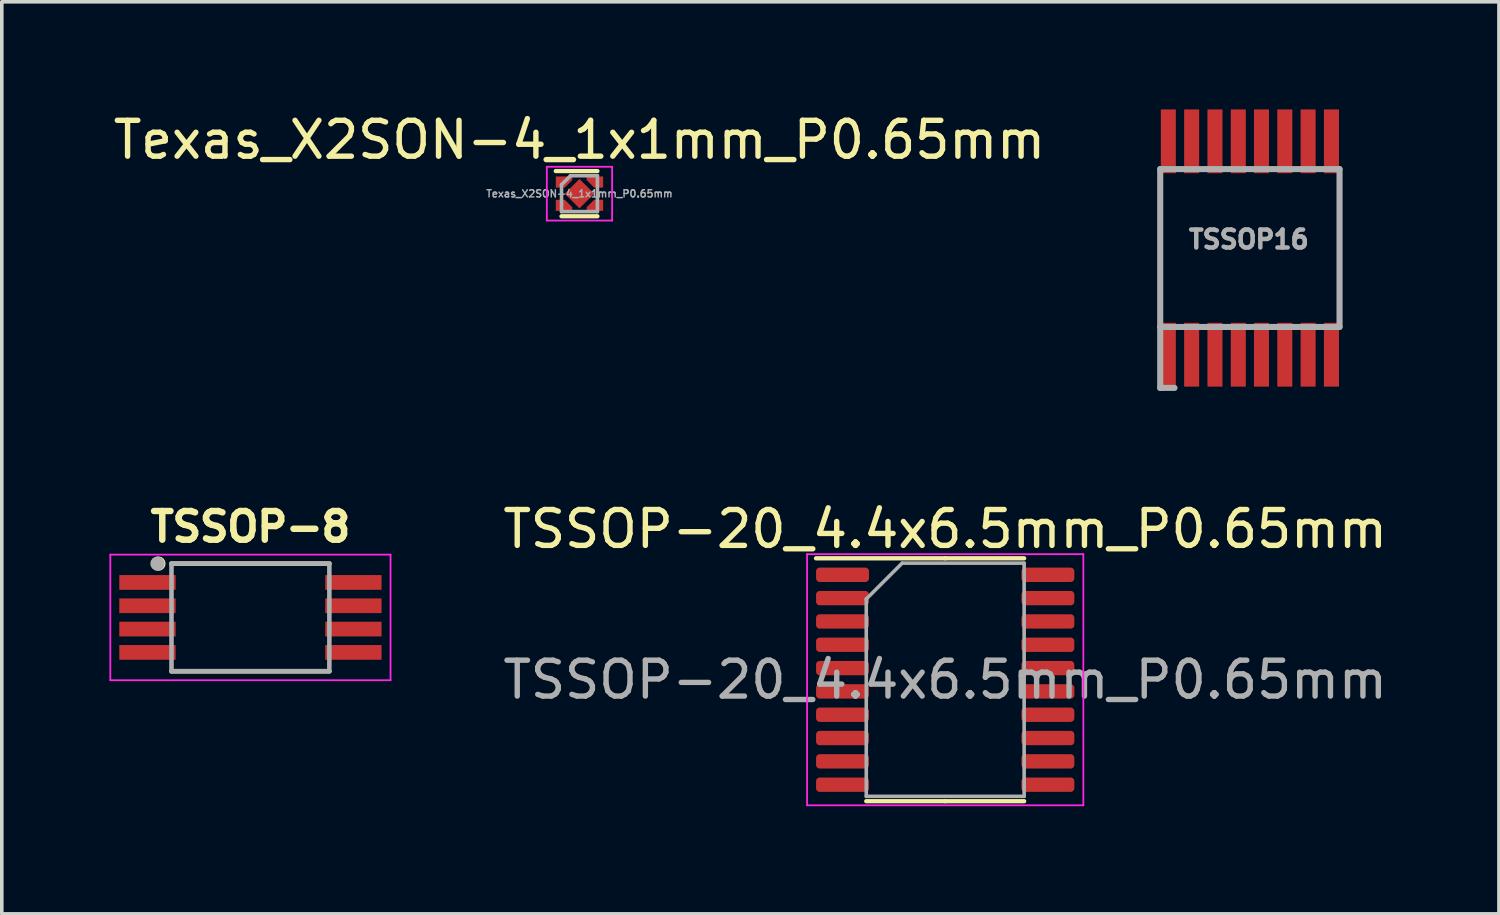
<source format=kicad_pcb>
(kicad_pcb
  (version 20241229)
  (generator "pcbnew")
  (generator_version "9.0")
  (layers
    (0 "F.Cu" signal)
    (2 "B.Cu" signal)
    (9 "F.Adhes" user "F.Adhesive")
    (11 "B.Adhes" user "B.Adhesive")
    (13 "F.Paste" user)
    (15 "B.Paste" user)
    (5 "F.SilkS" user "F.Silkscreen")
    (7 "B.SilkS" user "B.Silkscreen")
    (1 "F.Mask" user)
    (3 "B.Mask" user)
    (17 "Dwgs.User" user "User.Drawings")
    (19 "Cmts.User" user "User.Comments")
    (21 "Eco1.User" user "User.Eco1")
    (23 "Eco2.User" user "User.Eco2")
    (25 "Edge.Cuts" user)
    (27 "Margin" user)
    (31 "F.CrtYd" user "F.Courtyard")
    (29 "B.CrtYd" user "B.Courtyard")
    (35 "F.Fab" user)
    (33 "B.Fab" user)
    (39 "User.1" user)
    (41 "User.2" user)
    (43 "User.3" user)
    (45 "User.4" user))
  (footprint "Texas_X2SON-4_1x1mm_P0.65mm"
    (layer "F.Cu")
    (at 13.101 2.348)
    (property "Reference" "Texas_X2SON-4_1x1mm_P0.65mm" (at 0 -1.5 0) (layer "F.SilkS") (effects (font (size 1 1) (thickness 0.15))))
    (attr smd)
    (fp_line (start -0.66 -0.63) (end 0.5 -0.63) (stroke (width 0.12) (type solid)) (layer "F.SilkS"))
    (fp_line (start -0.5 0.63) (end 0.5 0.63) (stroke (width 0.12) (type solid)) (layer "F.SilkS"))
    (fp_line (start -0.91 -0.75) (end 0.91 -0.75) (stroke (width 0.05) (type solid)) (layer "F.CrtYd"))
    (fp_line (start -0.91 0.75) (end -0.91 -0.75) (stroke (width 0.05) (type solid)) (layer "F.CrtYd"))
    (fp_line (start 0.91 -0.75) (end 0.91 0.75) (stroke (width 0.05) (type solid)) (layer "F.CrtYd"))
    (fp_line (start 0.91 0.75) (end -0.91 0.75) (stroke (width 0.05) (type solid)) (layer "F.CrtYd"))
    (fp_line (start -0.5 -0.25) (end -0.25 -0.5) (stroke (width 0.1) (type solid)) (layer "F.Fab"))
    (fp_line (start -0.5 0.5) (end -0.5 -0.25) (stroke (width 0.1) (type solid)) (layer "F.Fab"))
    (fp_line (start -0.25 -0.5) (end 0.5 -0.5) (stroke (width 0.1) (type solid)) (layer "F.Fab"))
    (fp_line (start 0.5 -0.5) (end 0.5 0.5) (stroke (width 0.1) (type solid)) (layer "F.Fab"))
    (fp_line (start 0.5 0.5) (end -0.5 0.5) (stroke (width 0.1) (type solid)) (layer "F.Fab"))
    (fp_text user "${REFERENCE}" (at 0 0 0) (layer "F.Fab") (effects (font (size 0.2 0.2) (thickness 0.04))))
    (pad "" smd custom (at -0.43 -0.325) (size 0.148 0.148) (layers "F.Mask") (options (anchor circle)) (primitives (gr_poly (pts (xy 0.18 -0.075) (xy 0 0.105) (xy -0.18 0.105) (xy -0.18 -0.105) (xy 0.18 -0.105)) (width 0) (fill yes))))
    (pad "" smd custom (at -0.43 -0.325) (size 0.148 0.148) (layers "F.Paste") (options (anchor circle)) (primitives (gr_poly (pts (xy 0.18 -0.075) (xy 0 0.105) (xy -0.22 0.105) (xy -0.22 -0.105) (xy 0.18 -0.105)) (width 0) (fill yes))))
    (pad "" smd custom (at -0.43 0.325) (size 0.148 0.148) (layers "F.Mask") (options (anchor circle)) (primitives (gr_poly (pts (xy 0.18 0.075) (xy 0.18 0.105) (xy -0.18 0.105) (xy -0.18 -0.105) (xy 0 -0.105)) (width 0) (fill yes))))
    (pad "" smd custom (at -0.43 0.325) (size 0.148 0.148) (layers "F.Paste") (options (anchor circle)) (primitives (gr_poly (pts (xy 0.18 0.075) (xy 0.18 0.105) (xy -0.22 0.105) (xy -0.22 -0.105) (xy 0 -0.105)) (width 0) (fill yes))))
    (pad "" smd custom (at 0.43 -0.325) (size 0.148 0.148) (layers "F.Mask") (options (anchor circle)) (primitives (gr_poly (pts (xy 0.18 0.105) (xy 0 0.105) (xy -0.18 -0.075) (xy -0.18 -0.105) (xy 0.18 -0.105)) (width 0) (fill yes))))
    (pad "" smd custom (at 0.43 -0.325) (size 0.148 0.148) (layers "F.Paste") (options (anchor circle)) (primitives (gr_poly (pts (xy 0.22 0.105) (xy 0 0.105) (xy -0.18 -0.075) (xy -0.18 -0.105) (xy 0.22 -0.105)) (width 0) (fill yes))))
    (pad "" smd custom (at 0.43 0.325) (size 0.148 0.148) (layers "F.Mask") (options (anchor circle)) (primitives (gr_poly (pts (xy 0.18 0.105) (xy -0.18 0.105) (xy -0.18 0.075) (xy 0 -0.105) (xy 0.18 -0.105)) (width 0) (fill yes))))
    (pad "" smd custom (at 0.43 0.325) (size 0.148 0.148) (layers "F.Paste") (options (anchor circle)) (primitives (gr_poly (pts (xy 0.22 0.105) (xy -0.18 0.105) (xy -0.18 0.075) (xy 0 -0.105) (xy 0.22 -0.105)) (width 0) (fill yes))))
    (pad "1" smd custom (at -0.43 -0.325) (size 0.148 0.148) (layers "F.Cu") (options (anchor circle)) (primitives (gr_poly (pts (xy 0.23 -0.054) (xy 0.021 0.155) (xy -0.23 0.155) (xy -0.23 -0.155) (xy 0.23 -0.155)) (width 0) (fill yes))))
    (pad "2" smd custom (at -0.43 0.325) (size 0.148 0.148) (layers "F.Cu") (options (anchor circle)) (primitives (gr_poly (pts (xy 0.23 0.054) (xy 0.23 0.155) (xy -0.23 0.155) (xy -0.23 -0.155) (xy 0.021 -0.155)) (width 0) (fill yes))))
    (pad "3" smd custom (at 0.43 0.325) (size 0.148 0.148) (layers "F.Cu") (options (anchor circle)) (primitives (gr_poly (pts (xy 0.23 0.155) (xy -0.23 0.155) (xy -0.23 0.054) (xy -0.021 -0.155) (xy 0.23 -0.155)) (width 0) (fill yes))))
    (pad "4" smd custom (at 0.43 -0.325) (size 0.148 0.148) (layers "F.Cu") (options (anchor circle)) (primitives (gr_poly (pts (xy 0.23 0.155) (xy -0.021 0.155) (xy -0.23 -0.054) (xy -0.23 -0.155) (xy 0.23 -0.155)) (width 0) (fill yes))))
    (pad "5" smd rect (at 0 0 45) (size 0.58 0.58) (layers "F.Cu" "F.Mask" "F.Paste")))
  (footprint "TSSOP-20_4.4x6.5mm_P0.65mm"
    (layer "F.Cu")
    (at 23.295 15.896)
    (property "Reference" "TSSOP-20_4.4x6.5mm_P0.65mm" (at 0 -4.2 0) (layer "F.SilkS") (effects (font (size 1 1) (thickness 0.15))))
    (attr smd)
    (fp_line (start 0 -3.385) (end -3.6 -3.385) (stroke (width 0.12) (type solid)) (layer "F.SilkS"))
    (fp_line (start 0 -3.385) (end 2.2 -3.385) (stroke (width 0.12) (type solid)) (layer "F.SilkS"))
    (fp_line (start 0 3.385) (end -2.2 3.385) (stroke (width 0.12) (type solid)) (layer "F.SilkS"))
    (fp_line (start 0 3.385) (end 2.2 3.385) (stroke (width 0.12) (type solid)) (layer "F.SilkS"))
    (fp_line (start -3.85 -3.5) (end -3.85 3.5) (stroke (width 0.05) (type solid)) (layer "F.CrtYd"))
    (fp_line (start -3.85 3.5) (end 3.85 3.5) (stroke (width 0.05) (type solid)) (layer "F.CrtYd"))
    (fp_line (start 3.85 -3.5) (end -3.85 -3.5) (stroke (width 0.05) (type solid)) (layer "F.CrtYd"))
    (fp_line (start 3.85 3.5) (end 3.85 -3.5) (stroke (width 0.05) (type solid)) (layer "F.CrtYd"))
    (fp_line (start -2.2 -2.25) (end -1.2 -3.25) (stroke (width 0.1) (type solid)) (layer "F.Fab"))
    (fp_line (start -2.2 3.25) (end -2.2 -2.25) (stroke (width 0.1) (type solid)) (layer "F.Fab"))
    (fp_line (start -1.2 -3.25) (end 2.2 -3.25) (stroke (width 0.1) (type solid)) (layer "F.Fab"))
    (fp_line (start 2.2 -3.25) (end 2.2 3.25) (stroke (width 0.1) (type solid)) (layer "F.Fab"))
    (fp_line (start 2.2 3.25) (end -2.2 3.25) (stroke (width 0.1) (type solid)) (layer "F.Fab"))
    (fp_text user "${REFERENCE}" (at 0 0 0) (layer "F.Fab") (effects (font (size 1 1) (thickness 0.15))))
    (pad "1" smd roundrect (at -2.862 -2.925) (size 1.475 0.4) (layers "F.Cu" "F.Mask" "F.Paste") (roundrect_rratio 0.25))
    (pad "2" smd roundrect (at -2.862 -2.275) (size 1.475 0.4) (layers "F.Cu" "F.Mask" "F.Paste") (roundrect_rratio 0.25))
    (pad "3" smd roundrect (at -2.862 -1.625) (size 1.475 0.4) (layers "F.Cu" "F.Mask" "F.Paste") (roundrect_rratio 0.25))
    (pad "4" smd roundrect (at -2.862 -0.975) (size 1.475 0.4) (layers "F.Cu" "F.Mask" "F.Paste") (roundrect_rratio 0.25))
    (pad "5" smd roundrect (at -2.862 -0.325) (size 1.475 0.4) (layers "F.Cu" "F.Mask" "F.Paste") (roundrect_rratio 0.25))
    (pad "6" smd roundrect (at -2.862 0.325) (size 1.475 0.4) (layers "F.Cu" "F.Mask" "F.Paste") (roundrect_rratio 0.25))
    (pad "7" smd roundrect (at -2.862 0.975) (size 1.475 0.4) (layers "F.Cu" "F.Mask" "F.Paste") (roundrect_rratio 0.25))
    (pad "8" smd roundrect (at -2.862 1.625) (size 1.475 0.4) (layers "F.Cu" "F.Mask" "F.Paste") (roundrect_rratio 0.25))
    (pad "9" smd roundrect (at -2.862 2.275) (size 1.475 0.4) (layers "F.Cu" "F.Mask" "F.Paste") (roundrect_rratio 0.25))
    (pad "10" smd roundrect (at -2.862 2.925) (size 1.475 0.4) (layers "F.Cu" "F.Mask" "F.Paste") (roundrect_rratio 0.25))
    (pad "11" smd roundrect (at 2.862 2.925) (size 1.475 0.4) (layers "F.Cu" "F.Mask" "F.Paste") (roundrect_rratio 0.25))
    (pad "12" smd roundrect (at 2.862 2.275) (size 1.475 0.4) (layers "F.Cu" "F.Mask" "F.Paste") (roundrect_rratio 0.25))
    (pad "13" smd roundrect (at 2.862 1.625) (size 1.475 0.4) (layers "F.Cu" "F.Mask" "F.Paste") (roundrect_rratio 0.25))
    (pad "14" smd roundrect (at 2.862 0.975) (size 1.475 0.4) (layers "F.Cu" "F.Mask" "F.Paste") (roundrect_rratio 0.25))
    (pad "15" smd roundrect (at 2.862 0.325) (size 1.475 0.4) (layers "F.Cu" "F.Mask" "F.Paste") (roundrect_rratio 0.25))
    (pad "16" smd roundrect (at 2.862 -0.325) (size 1.475 0.4) (layers "F.Cu" "F.Mask" "F.Paste") (roundrect_rratio 0.25))
    (pad "17" smd roundrect (at 2.862 -0.975) (size 1.475 0.4) (layers "F.Cu" "F.Mask" "F.Paste") (roundrect_rratio 0.25))
    (pad "18" smd roundrect (at 2.862 -1.625) (size 1.475 0.4) (layers "F.Cu" "F.Mask" "F.Paste") (roundrect_rratio 0.25))
    (pad "19" smd roundrect (at 2.862 -2.275) (size 1.475 0.4) (layers "F.Cu" "F.Mask" "F.Paste") (roundrect_rratio 0.25))
    (pad "20" smd roundrect (at 2.862 -2.925) (size 1.475 0.4) (layers "F.Cu" "F.Mask" "F.Paste") (roundrect_rratio 0.25)))
  (footprint "TSSOP16"
    (layer "F.Cu")
    (at 31.787 3.863)
    (property "Reference" "TSSOP16" (at -0.03 -0.24 0) (layer "F.Fab") (effects (font (size 0.5 0.5) (thickness 0.125))))
    (attr through_hole)
    (fp_line (start 2.484 -2.2) (end 2.499 -2.2) (stroke (width 0.003) (type solid)) (layer "F.SilkS"))
    (fp_line (start -2.499 -2.2) (end -2.499 2.2) (stroke (width 0.17) (type solid)) (layer "F.Fab"))
    (fp_line (start -2.499 2.2) (end 2.499 2.2) (stroke (width 0.17) (type solid)) (layer "F.Fab"))
    (fp_line (start -2.499 3.899) (end -2.499 2.2) (stroke (width 0.17) (type solid)) (layer "F.Fab"))
    (fp_line (start -2.101 3.899) (end -2.499 3.899) (stroke (width 0.17) (type solid)) (layer "F.Fab"))
    (fp_line (start 2.499 -2.2) (end -2.499 -2.2) (stroke (width 0.17) (type solid)) (layer "F.Fab"))
    (fp_line (start 2.499 2.2) (end 2.499 -2.2) (stroke (width 0.17) (type solid)) (layer "F.Fab"))
    (pad "1" smd rect (at -2.273 2.974 180) (size 0.419 1.778) (layers "F.Cu" "F.Mask" "F.Paste"))
    (pad "2" smd rect (at -1.623 2.974 180) (size 0.419 1.778) (layers "F.Cu" "F.Mask" "F.Paste"))
    (pad "3" smd rect (at -0.973 2.974 180) (size 0.419 1.778) (layers "F.Cu" "F.Mask" "F.Paste"))
    (pad "4" smd rect (at -0.323 2.974 180) (size 0.419 1.778) (layers "F.Cu" "F.Mask" "F.Paste"))
    (pad "5" smd rect (at 0.323 2.974 180) (size 0.419 1.778) (layers "F.Cu" "F.Mask" "F.Paste"))
    (pad "6" smd rect (at 0.973 2.974 180) (size 0.419 1.778) (layers "F.Cu" "F.Mask" "F.Paste"))
    (pad "7" smd rect (at 1.623 2.974 180) (size 0.419 1.778) (layers "F.Cu" "F.Mask" "F.Paste"))
    (pad "8" smd rect (at 2.273 2.974 180) (size 0.419 1.778) (layers "F.Cu" "F.Mask" "F.Paste"))
    (pad "9" smd rect (at 2.273 -2.974) (size 0.419 1.778) (layers "F.Cu" "F.Mask" "F.Paste"))
    (pad "10" smd rect (at 1.623 -2.974) (size 0.419 1.778) (layers "F.Cu" "F.Mask" "F.Paste"))
    (pad "11" smd rect (at 0.973 -2.974) (size 0.419 1.778) (layers "F.Cu" "F.Mask" "F.Paste"))
    (pad "12" smd rect (at 0.323 -2.974) (size 0.419 1.778) (layers "F.Cu" "F.Mask" "F.Paste"))
    (pad "13" smd rect (at -0.323 -2.974) (size 0.419 1.778) (layers "F.Cu" "F.Mask" "F.Paste"))
    (pad "14" smd rect (at -0.973 -2.974) (size 0.419 1.778) (layers "F.Cu" "F.Mask" "F.Paste"))
    (pad "15" smd rect (at -1.623 -2.974) (size 0.419 1.778) (layers "F.Cu" "F.Mask" "F.Paste"))
    (pad "16" smd rect (at -2.273 -2.974) (size 0.419 1.778) (layers "F.Cu" "F.Mask" "F.Paste")))
  (footprint "TSSOP-8"
    (layer "F.Cu")
    (at 3.93 14.159)
    (property "Reference" "TSSOP-8" (at 0 -2.527 0) (layer "F.SilkS") (effects (font (size 0.8 0.8) (thickness 0.18))))
    (attr smd)
    (fp_line (start -2.2 -1.5) (end 2.2 -1.5) (stroke (width 0.127) (type solid)) (layer "F.SilkS"))
    (fp_line (start -2.2 1.5) (end 2.2 1.5) (stroke (width 0.127) (type solid)) (layer "F.SilkS"))
    (fp_circle (center -2.565 -1.499) (end -2.465 -1.499) (stroke (width 0.2) (type solid)) (fill no) (layer "F.SilkS"))
    (fp_line (start -3.905 -1.75) (end -3.905 1.75) (stroke (width 0.05) (type solid)) (layer "F.CrtYd"))
    (fp_line (start -3.905 -1.75) (end 3.905 -1.75) (stroke (width 0.05) (type solid)) (layer "F.CrtYd"))
    (fp_line (start -3.905 1.75) (end 3.905 1.75) (stroke (width 0.05) (type solid)) (layer "F.CrtYd"))
    (fp_line (start 3.905 -1.75) (end 3.905 1.75) (stroke (width 0.05) (type solid)) (layer "F.CrtYd"))
    (fp_line (start -2.2 -1.5) (end -2.2 1.5) (stroke (width 0.127) (type solid)) (layer "F.Fab"))
    (fp_line (start -2.2 -1.5) (end 2.2 -1.5) (stroke (width 0.127) (type solid)) (layer "F.Fab"))
    (fp_line (start -2.2 1.5) (end 2.2 1.5) (stroke (width 0.127) (type solid)) (layer "F.Fab"))
    (fp_line (start 2.2 -1.5) (end 2.2 1.5) (stroke (width 0.127) (type solid)) (layer "F.Fab"))
    (fp_circle (center -2.591 -1.499) (end -2.491 -1.499) (stroke (width 0.2) (type solid)) (fill no) (layer "F.Fab"))
    (pad "1" smd rect (at -2.87 -0.975) (size 1.57 0.41) (layers "F.Cu" "F.Mask" "F.Paste"))
    (pad "2" smd rect (at -2.87 -0.325) (size 1.57 0.41) (layers "F.Cu" "F.Mask" "F.Paste"))
    (pad "3" smd rect (at -2.87 0.325) (size 1.57 0.41) (layers "F.Cu" "F.Mask" "F.Paste"))
    (pad "4" smd rect (at -2.87 0.975) (size 1.57 0.41) (layers "F.Cu" "F.Mask" "F.Paste"))
    (pad "5" smd rect (at 2.87 0.975) (size 1.57 0.41) (layers "F.Cu" "F.Mask" "F.Paste"))
    (pad "6" smd rect (at 2.87 0.325) (size 1.57 0.41) (layers "F.Cu" "F.Mask" "F.Paste"))
    (pad "7" smd rect (at 2.87 -0.325) (size 1.57 0.41) (layers "F.Cu" "F.Mask" "F.Paste"))
    (pad "8" smd rect (at 2.87 -0.975) (size 1.57 0.41) (layers "F.Cu" "F.Mask" "F.Paste")))
  (gr_rect
    (start -3 -3)
    (end 38.729 22.421)
    (stroke (width 0.1) (type default))
    (fill no)
    (layer "Edge.Cuts")))
</source>
